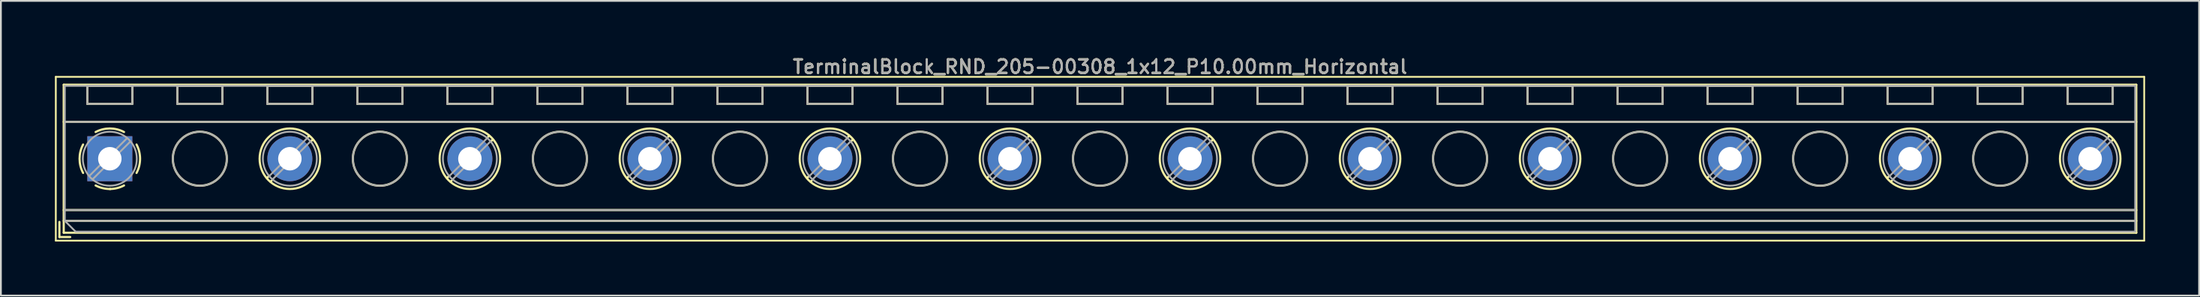
<source format=kicad_pcb>
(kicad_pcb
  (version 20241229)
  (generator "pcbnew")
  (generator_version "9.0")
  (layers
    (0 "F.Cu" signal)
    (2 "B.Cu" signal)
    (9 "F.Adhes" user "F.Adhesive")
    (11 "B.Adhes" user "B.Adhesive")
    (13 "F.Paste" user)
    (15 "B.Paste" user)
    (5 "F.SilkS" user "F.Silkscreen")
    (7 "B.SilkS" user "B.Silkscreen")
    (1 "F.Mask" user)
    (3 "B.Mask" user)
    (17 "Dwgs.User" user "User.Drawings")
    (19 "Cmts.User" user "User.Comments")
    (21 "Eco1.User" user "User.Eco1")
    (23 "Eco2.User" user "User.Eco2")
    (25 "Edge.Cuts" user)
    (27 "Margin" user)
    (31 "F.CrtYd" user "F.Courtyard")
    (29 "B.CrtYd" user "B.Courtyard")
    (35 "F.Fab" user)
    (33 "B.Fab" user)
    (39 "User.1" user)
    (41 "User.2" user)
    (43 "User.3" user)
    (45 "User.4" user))
  (footprint "TerminalBlock_RND_205-00308_1x12_P10.00mm_Horizontal"
    (layer "F.Cu")
    (at 3.05 5.768)
    (property "Reference" "TerminalBlock_RND_205-00308_1x12_P10.00mm_Horizontal" (at 55 -5.11 0) (layer "F.SilkS") (effects (font (size 0.75 0.75) (thickness 0.125))))
    (attr through_hole)
    (fp_line (start -3 -4.55) (end -3 4.55) (stroke (width 0.1) (type solid)) (layer "F.SilkS"))
    (fp_line (start -3 4.55) (end 113 4.55) (stroke (width 0.1) (type solid)) (layer "F.SilkS"))
    (fp_line (start -2.8 3.51) (end -2.8 4.35) (stroke (width 0.12) (type solid)) (layer "F.SilkS"))
    (fp_line (start -2.8 4.35) (end -2.2 4.35) (stroke (width 0.12) (type solid)) (layer "F.SilkS"))
    (fp_line (start -2.56 -4.11) (end -2.56 4.11) (stroke (width 0.12) (type solid)) (layer "F.SilkS"))
    (fp_line (start -2.56 -4.11) (end 112.56 -4.11) (stroke (width 0.12) (type solid)) (layer "F.SilkS"))
    (fp_line (start -2.56 -2.05) (end 112.56 -2.05) (stroke (width 0.12) (type solid)) (layer "F.SilkS"))
    (fp_line (start -2.56 2.85) (end 112.56 2.85) (stroke (width 0.12) (type solid)) (layer "F.SilkS"))
    (fp_line (start -2.56 3.45) (end 112.56 3.45) (stroke (width 0.12) (type solid)) (layer "F.SilkS"))
    (fp_line (start -2.56 4.11) (end 112.56 4.11) (stroke (width 0.12) (type solid)) (layer "F.SilkS"))
    (fp_line (start -1.25 -4.05) (end -1.25 -3.05) (stroke (width 0.12) (type solid)) (layer "F.SilkS"))
    (fp_line (start -1.25 -4.05) (end 1.25 -4.05) (stroke (width 0.12) (type solid)) (layer "F.SilkS"))
    (fp_line (start -1.25 -3.05) (end 1.25 -3.05) (stroke (width 0.12) (type solid)) (layer "F.SilkS"))
    (fp_line (start 1.25 -4.05) (end 1.25 -3.05) (stroke (width 0.12) (type solid)) (layer "F.SilkS"))
    (fp_line (start 3.75 -4.05) (end 3.75 -3.05) (stroke (width 0.12) (type solid)) (layer "F.SilkS"))
    (fp_line (start 3.75 -4.05) (end 6.25 -4.05) (stroke (width 0.12) (type solid)) (layer "F.SilkS"))
    (fp_line (start 3.75 -3.05) (end 6.25 -3.05) (stroke (width 0.12) (type solid)) (layer "F.SilkS"))
    (fp_line (start 6.25 -4.05) (end 6.25 -3.05) (stroke (width 0.12) (type solid)) (layer "F.SilkS"))
    (fp_line (start 8.75 -4.05) (end 8.75 -3.05) (stroke (width 0.12) (type solid)) (layer "F.SilkS"))
    (fp_line (start 8.75 -4.05) (end 11.25 -4.05) (stroke (width 0.12) (type solid)) (layer "F.SilkS"))
    (fp_line (start 8.75 -3.05) (end 11.25 -3.05) (stroke (width 0.12) (type solid)) (layer "F.SilkS"))
    (fp_line (start 8.82 0.976) (end 8.726 1.069) (stroke (width 0.12) (type solid)) (layer "F.SilkS"))
    (fp_line (start 8.99 1.216) (end 8.931 1.274) (stroke (width 0.12) (type solid)) (layer "F.SilkS"))
    (fp_line (start 11.07 -1.275) (end 11.011 -1.216) (stroke (width 0.12) (type solid)) (layer "F.SilkS"))
    (fp_line (start 11.25 -4.05) (end 11.25 -3.05) (stroke (width 0.12) (type solid)) (layer "F.SilkS"))
    (fp_line (start 11.275 -1.069) (end 11.181 -0.976) (stroke (width 0.12) (type solid)) (layer "F.SilkS"))
    (fp_line (start 13.75 -4.05) (end 13.75 -3.05) (stroke (width 0.12) (type solid)) (layer "F.SilkS"))
    (fp_line (start 13.75 -4.05) (end 16.25 -4.05) (stroke (width 0.12) (type solid)) (layer "F.SilkS"))
    (fp_line (start 13.75 -3.05) (end 16.25 -3.05) (stroke (width 0.12) (type solid)) (layer "F.SilkS"))
    (fp_line (start 16.25 -4.05) (end 16.25 -3.05) (stroke (width 0.12) (type solid)) (layer "F.SilkS"))
    (fp_line (start 18.75 -4.05) (end 18.75 -3.05) (stroke (width 0.12) (type solid)) (layer "F.SilkS"))
    (fp_line (start 18.75 -4.05) (end 21.25 -4.05) (stroke (width 0.12) (type solid)) (layer "F.SilkS"))
    (fp_line (start 18.75 -3.05) (end 21.25 -3.05) (stroke (width 0.12) (type solid)) (layer "F.SilkS"))
    (fp_line (start 18.82 0.976) (end 18.726 1.069) (stroke (width 0.12) (type solid)) (layer "F.SilkS"))
    (fp_line (start 18.99 1.216) (end 18.931 1.274) (stroke (width 0.12) (type solid)) (layer "F.SilkS"))
    (fp_line (start 21.07 -1.275) (end 21.011 -1.216) (stroke (width 0.12) (type solid)) (layer "F.SilkS"))
    (fp_line (start 21.25 -4.05) (end 21.25 -3.05) (stroke (width 0.12) (type solid)) (layer "F.SilkS"))
    (fp_line (start 21.275 -1.069) (end 21.181 -0.976) (stroke (width 0.12) (type solid)) (layer "F.SilkS"))
    (fp_line (start 23.75 -4.05) (end 23.75 -3.05) (stroke (width 0.12) (type solid)) (layer "F.SilkS"))
    (fp_line (start 23.75 -4.05) (end 26.25 -4.05) (stroke (width 0.12) (type solid)) (layer "F.SilkS"))
    (fp_line (start 23.75 -3.05) (end 26.25 -3.05) (stroke (width 0.12) (type solid)) (layer "F.SilkS"))
    (fp_line (start 26.25 -4.05) (end 26.25 -3.05) (stroke (width 0.12) (type solid)) (layer "F.SilkS"))
    (fp_line (start 28.75 -4.05) (end 28.75 -3.05) (stroke (width 0.12) (type solid)) (layer "F.SilkS"))
    (fp_line (start 28.75 -4.05) (end 31.25 -4.05) (stroke (width 0.12) (type solid)) (layer "F.SilkS"))
    (fp_line (start 28.75 -3.05) (end 31.25 -3.05) (stroke (width 0.12) (type solid)) (layer "F.SilkS"))
    (fp_line (start 28.82 0.976) (end 28.726 1.069) (stroke (width 0.12) (type solid)) (layer "F.SilkS"))
    (fp_line (start 28.99 1.216) (end 28.931 1.274) (stroke (width 0.12) (type solid)) (layer "F.SilkS"))
    (fp_line (start 31.07 -1.275) (end 31.011 -1.216) (stroke (width 0.12) (type solid)) (layer "F.SilkS"))
    (fp_line (start 31.25 -4.05) (end 31.25 -3.05) (stroke (width 0.12) (type solid)) (layer "F.SilkS"))
    (fp_line (start 31.275 -1.069) (end 31.181 -0.976) (stroke (width 0.12) (type solid)) (layer "F.SilkS"))
    (fp_line (start 33.75 -4.05) (end 33.75 -3.05) (stroke (width 0.12) (type solid)) (layer "F.SilkS"))
    (fp_line (start 33.75 -4.05) (end 36.25 -4.05) (stroke (width 0.12) (type solid)) (layer "F.SilkS"))
    (fp_line (start 33.75 -3.05) (end 36.25 -3.05) (stroke (width 0.12) (type solid)) (layer "F.SilkS"))
    (fp_line (start 36.25 -4.05) (end 36.25 -3.05) (stroke (width 0.12) (type solid)) (layer "F.SilkS"))
    (fp_line (start 38.75 -4.05) (end 38.75 -3.05) (stroke (width 0.12) (type solid)) (layer "F.SilkS"))
    (fp_line (start 38.75 -4.05) (end 41.25 -4.05) (stroke (width 0.12) (type solid)) (layer "F.SilkS"))
    (fp_line (start 38.75 -3.05) (end 41.25 -3.05) (stroke (width 0.12) (type solid)) (layer "F.SilkS"))
    (fp_line (start 38.82 0.976) (end 38.726 1.069) (stroke (width 0.12) (type solid)) (layer "F.SilkS"))
    (fp_line (start 38.99 1.216) (end 38.931 1.274) (stroke (width 0.12) (type solid)) (layer "F.SilkS"))
    (fp_line (start 41.07 -1.275) (end 41.011 -1.216) (stroke (width 0.12) (type solid)) (layer "F.SilkS"))
    (fp_line (start 41.25 -4.05) (end 41.25 -3.05) (stroke (width 0.12) (type solid)) (layer "F.SilkS"))
    (fp_line (start 41.275 -1.069) (end 41.181 -0.976) (stroke (width 0.12) (type solid)) (layer "F.SilkS"))
    (fp_line (start 43.75 -4.05) (end 43.75 -3.05) (stroke (width 0.12) (type solid)) (layer "F.SilkS"))
    (fp_line (start 43.75 -4.05) (end 46.25 -4.05) (stroke (width 0.12) (type solid)) (layer "F.SilkS"))
    (fp_line (start 43.75 -3.05) (end 46.25 -3.05) (stroke (width 0.12) (type solid)) (layer "F.SilkS"))
    (fp_line (start 46.25 -4.05) (end 46.25 -3.05) (stroke (width 0.12) (type solid)) (layer "F.SilkS"))
    (fp_line (start 48.75 -4.05) (end 48.75 -3.05) (stroke (width 0.12) (type solid)) (layer "F.SilkS"))
    (fp_line (start 48.75 -4.05) (end 51.25 -4.05) (stroke (width 0.12) (type solid)) (layer "F.SilkS"))
    (fp_line (start 48.75 -3.05) (end 51.25 -3.05) (stroke (width 0.12) (type solid)) (layer "F.SilkS"))
    (fp_line (start 48.82 0.976) (end 48.726 1.069) (stroke (width 0.12) (type solid)) (layer "F.SilkS"))
    (fp_line (start 48.99 1.216) (end 48.931 1.274) (stroke (width 0.12) (type solid)) (layer "F.SilkS"))
    (fp_line (start 51.07 -1.275) (end 51.011 -1.216) (stroke (width 0.12) (type solid)) (layer "F.SilkS"))
    (fp_line (start 51.25 -4.05) (end 51.25 -3.05) (stroke (width 0.12) (type solid)) (layer "F.SilkS"))
    (fp_line (start 51.275 -1.069) (end 51.181 -0.976) (stroke (width 0.12) (type solid)) (layer "F.SilkS"))
    (fp_line (start 53.75 -4.05) (end 53.75 -3.05) (stroke (width 0.12) (type solid)) (layer "F.SilkS"))
    (fp_line (start 53.75 -4.05) (end 56.25 -4.05) (stroke (width 0.12) (type solid)) (layer "F.SilkS"))
    (fp_line (start 53.75 -3.05) (end 56.25 -3.05) (stroke (width 0.12) (type solid)) (layer "F.SilkS"))
    (fp_line (start 56.25 -4.05) (end 56.25 -3.05) (stroke (width 0.12) (type solid)) (layer "F.SilkS"))
    (fp_line (start 58.75 -4.05) (end 58.75 -3.05) (stroke (width 0.12) (type solid)) (layer "F.SilkS"))
    (fp_line (start 58.75 -4.05) (end 61.25 -4.05) (stroke (width 0.12) (type solid)) (layer "F.SilkS"))
    (fp_line (start 58.75 -3.05) (end 61.25 -3.05) (stroke (width 0.12) (type solid)) (layer "F.SilkS"))
    (fp_line (start 58.82 0.976) (end 58.726 1.069) (stroke (width 0.12) (type solid)) (layer "F.SilkS"))
    (fp_line (start 58.99 1.216) (end 58.931 1.274) (stroke (width 0.12) (type solid)) (layer "F.SilkS"))
    (fp_line (start 61.07 -1.275) (end 61.011 -1.216) (stroke (width 0.12) (type solid)) (layer "F.SilkS"))
    (fp_line (start 61.25 -4.05) (end 61.25 -3.05) (stroke (width 0.12) (type solid)) (layer "F.SilkS"))
    (fp_line (start 61.275 -1.069) (end 61.181 -0.976) (stroke (width 0.12) (type solid)) (layer "F.SilkS"))
    (fp_line (start 63.75 -4.05) (end 63.75 -3.05) (stroke (width 0.12) (type solid)) (layer "F.SilkS"))
    (fp_line (start 63.75 -4.05) (end 66.25 -4.05) (stroke (width 0.12) (type solid)) (layer "F.SilkS"))
    (fp_line (start 63.75 -3.05) (end 66.25 -3.05) (stroke (width 0.12) (type solid)) (layer "F.SilkS"))
    (fp_line (start 66.25 -4.05) (end 66.25 -3.05) (stroke (width 0.12) (type solid)) (layer "F.SilkS"))
    (fp_line (start 68.75 -4.05) (end 68.75 -3.05) (stroke (width 0.12) (type solid)) (layer "F.SilkS"))
    (fp_line (start 68.75 -4.05) (end 71.25 -4.05) (stroke (width 0.12) (type solid)) (layer "F.SilkS"))
    (fp_line (start 68.75 -3.05) (end 71.25 -3.05) (stroke (width 0.12) (type solid)) (layer "F.SilkS"))
    (fp_line (start 68.82 0.976) (end 68.726 1.069) (stroke (width 0.12) (type solid)) (layer "F.SilkS"))
    (fp_line (start 68.99 1.216) (end 68.931 1.274) (stroke (width 0.12) (type solid)) (layer "F.SilkS"))
    (fp_line (start 71.07 -1.275) (end 71.011 -1.216) (stroke (width 0.12) (type solid)) (layer "F.SilkS"))
    (fp_line (start 71.25 -4.05) (end 71.25 -3.05) (stroke (width 0.12) (type solid)) (layer "F.SilkS"))
    (fp_line (start 71.275 -1.069) (end 71.181 -0.976) (stroke (width 0.12) (type solid)) (layer "F.SilkS"))
    (fp_line (start 73.75 -4.05) (end 73.75 -3.05) (stroke (width 0.12) (type solid)) (layer "F.SilkS"))
    (fp_line (start 73.75 -4.05) (end 76.25 -4.05) (stroke (width 0.12) (type solid)) (layer "F.SilkS"))
    (fp_line (start 73.75 -3.05) (end 76.25 -3.05) (stroke (width 0.12) (type solid)) (layer "F.SilkS"))
    (fp_line (start 76.25 -4.05) (end 76.25 -3.05) (stroke (width 0.12) (type solid)) (layer "F.SilkS"))
    (fp_line (start 78.75 -4.05) (end 78.75 -3.05) (stroke (width 0.12) (type solid)) (layer "F.SilkS"))
    (fp_line (start 78.75 -4.05) (end 81.25 -4.05) (stroke (width 0.12) (type solid)) (layer "F.SilkS"))
    (fp_line (start 78.75 -3.05) (end 81.25 -3.05) (stroke (width 0.12) (type solid)) (layer "F.SilkS"))
    (fp_line (start 78.82 0.976) (end 78.726 1.069) (stroke (width 0.12) (type solid)) (layer "F.SilkS"))
    (fp_line (start 78.99 1.216) (end 78.931 1.274) (stroke (width 0.12) (type solid)) (layer "F.SilkS"))
    (fp_line (start 81.07 -1.275) (end 81.011 -1.216) (stroke (width 0.12) (type solid)) (layer "F.SilkS"))
    (fp_line (start 81.25 -4.05) (end 81.25 -3.05) (stroke (width 0.12) (type solid)) (layer "F.SilkS"))
    (fp_line (start 81.275 -1.069) (end 81.181 -0.976) (stroke (width 0.12) (type solid)) (layer "F.SilkS"))
    (fp_line (start 83.75 -4.05) (end 83.75 -3.05) (stroke (width 0.12) (type solid)) (layer "F.SilkS"))
    (fp_line (start 83.75 -4.05) (end 86.25 -4.05) (stroke (width 0.12) (type solid)) (layer "F.SilkS"))
    (fp_line (start 83.75 -3.05) (end 86.25 -3.05) (stroke (width 0.12) (type solid)) (layer "F.SilkS"))
    (fp_line (start 86.25 -4.05) (end 86.25 -3.05) (stroke (width 0.12) (type solid)) (layer "F.SilkS"))
    (fp_line (start 88.75 -4.05) (end 88.75 -3.05) (stroke (width 0.12) (type solid)) (layer "F.SilkS"))
    (fp_line (start 88.75 -4.05) (end 91.25 -4.05) (stroke (width 0.12) (type solid)) (layer "F.SilkS"))
    (fp_line (start 88.75 -3.05) (end 91.25 -3.05) (stroke (width 0.12) (type solid)) (layer "F.SilkS"))
    (fp_line (start 88.82 0.976) (end 88.726 1.069) (stroke (width 0.12) (type solid)) (layer "F.SilkS"))
    (fp_line (start 88.99 1.216) (end 88.931 1.274) (stroke (width 0.12) (type solid)) (layer "F.SilkS"))
    (fp_line (start 91.07 -1.275) (end 91.011 -1.216) (stroke (width 0.12) (type solid)) (layer "F.SilkS"))
    (fp_line (start 91.25 -4.05) (end 91.25 -3.05) (stroke (width 0.12) (type solid)) (layer "F.SilkS"))
    (fp_line (start 91.275 -1.069) (end 91.181 -0.976) (stroke (width 0.12) (type solid)) (layer "F.SilkS"))
    (fp_line (start 93.75 -4.05) (end 93.75 -3.05) (stroke (width 0.12) (type solid)) (layer "F.SilkS"))
    (fp_line (start 93.75 -4.05) (end 96.25 -4.05) (stroke (width 0.12) (type solid)) (layer "F.SilkS"))
    (fp_line (start 93.75 -3.05) (end 96.25 -3.05) (stroke (width 0.12) (type solid)) (layer "F.SilkS"))
    (fp_line (start 96.25 -4.05) (end 96.25 -3.05) (stroke (width 0.12) (type solid)) (layer "F.SilkS"))
    (fp_line (start 98.75 -4.05) (end 98.75 -3.05) (stroke (width 0.12) (type solid)) (layer "F.SilkS"))
    (fp_line (start 98.75 -4.05) (end 101.25 -4.05) (stroke (width 0.12) (type solid)) (layer "F.SilkS"))
    (fp_line (start 98.75 -3.05) (end 101.25 -3.05) (stroke (width 0.12) (type solid)) (layer "F.SilkS"))
    (fp_line (start 98.82 0.976) (end 98.726 1.069) (stroke (width 0.12) (type solid)) (layer "F.SilkS"))
    (fp_line (start 98.99 1.216) (end 98.931 1.274) (stroke (width 0.12) (type solid)) (layer "F.SilkS"))
    (fp_line (start 101.07 -1.275) (end 101.011 -1.216) (stroke (width 0.12) (type solid)) (layer "F.SilkS"))
    (fp_line (start 101.25 -4.05) (end 101.25 -3.05) (stroke (width 0.12) (type solid)) (layer "F.SilkS"))
    (fp_line (start 101.275 -1.069) (end 101.181 -0.976) (stroke (width 0.12) (type solid)) (layer "F.SilkS"))
    (fp_line (start 103.75 -4.05) (end 103.75 -3.05) (stroke (width 0.12) (type solid)) (layer "F.SilkS"))
    (fp_line (start 103.75 -4.05) (end 106.25 -4.05) (stroke (width 0.12) (type solid)) (layer "F.SilkS"))
    (fp_line (start 103.75 -3.05) (end 106.25 -3.05) (stroke (width 0.12) (type solid)) (layer "F.SilkS"))
    (fp_line (start 106.25 -4.05) (end 106.25 -3.05) (stroke (width 0.12) (type solid)) (layer "F.SilkS"))
    (fp_line (start 108.75 -4.05) (end 108.75 -3.05) (stroke (width 0.12) (type solid)) (layer "F.SilkS"))
    (fp_line (start 108.75 -4.05) (end 111.25 -4.05) (stroke (width 0.12) (type solid)) (layer "F.SilkS"))
    (fp_line (start 108.75 -3.05) (end 111.25 -3.05) (stroke (width 0.12) (type solid)) (layer "F.SilkS"))
    (fp_line (start 108.82 0.976) (end 108.726 1.069) (stroke (width 0.12) (type solid)) (layer "F.SilkS"))
    (fp_line (start 108.99 1.216) (end 108.931 1.274) (stroke (width 0.12) (type solid)) (layer "F.SilkS"))
    (fp_line (start 111.07 -1.275) (end 111.011 -1.216) (stroke (width 0.12) (type solid)) (layer "F.SilkS"))
    (fp_line (start 111.25 -4.05) (end 111.25 -3.05) (stroke (width 0.12) (type solid)) (layer "F.SilkS"))
    (fp_line (start 111.275 -1.069) (end 111.181 -0.976) (stroke (width 0.12) (type solid)) (layer "F.SilkS"))
    (fp_line (start 112.56 -4.11) (end 112.56 4.11) (stroke (width 0.12) (type solid)) (layer "F.SilkS"))
    (fp_line (start 113 -4.55) (end -3 -4.55) (stroke (width 0.1) (type solid)) (layer "F.SilkS"))
    (fp_line (start 113 4.55) (end 113 -4.55) (stroke (width 0.1) (type solid)) (layer "F.SilkS"))
    (fp_arc (start -1.483953 0.789089) (mid -1.680708 0.00005) (end -1.484 -0.789) (stroke (width 0.12) (type solid)) (layer "F.SilkS"))
    (fp_arc (start -0.789089 -1.483953) (mid -0.00005 -1.680708) (end 0.789 -1.484) (stroke (width 0.12) (type solid)) (layer "F.SilkS"))
    (fp_arc (start 0.029383 1.68045) (mid -0.392304 1.634281) (end -0.789 1.484) (stroke (width 0.12) (type solid)) (layer "F.SilkS"))
    (fp_arc (start 0.788712 1.483352) (mid 0.406429 1.630097) (end 0 1.68) (stroke (width 0.12) (type solid)) (layer "F.SilkS"))
    (fp_arc (start 1.483953 -0.789089) (mid 1.680708 -0.00005) (end 1.484 0.789) (stroke (width 0.12) (type solid)) (layer "F.SilkS"))
    (fp_circle (center 5 0) (end 6.5 0) (stroke (width 0.12) (type solid)) (fill no) (layer "F.SilkS"))
    (fp_circle (center 10 0) (end 11.68 0) (stroke (width 0.12) (type solid)) (fill no) (layer "F.SilkS"))
    (fp_circle (center 15 0) (end 16.5 0) (stroke (width 0.12) (type solid)) (fill no) (layer "F.SilkS"))
    (fp_circle (center 20 0) (end 21.68 0) (stroke (width 0.12) (type solid)) (fill no) (layer "F.SilkS"))
    (fp_circle (center 25 0) (end 26.5 0) (stroke (width 0.12) (type solid)) (fill no) (layer "F.SilkS"))
    (fp_circle (center 30 0) (end 31.68 0) (stroke (width 0.12) (type solid)) (fill no) (layer "F.SilkS"))
    (fp_circle (center 35 0) (end 36.5 0) (stroke (width 0.12) (type solid)) (fill no) (layer "F.SilkS"))
    (fp_circle (center 40 0) (end 41.68 0) (stroke (width 0.12) (type solid)) (fill no) (layer "F.SilkS"))
    (fp_circle (center 45 0) (end 46.5 0) (stroke (width 0.12) (type solid)) (fill no) (layer "F.SilkS"))
    (fp_circle (center 50 0) (end 51.68 0) (stroke (width 0.12) (type solid)) (fill no) (layer "F.SilkS"))
    (fp_circle (center 55 0) (end 56.5 0) (stroke (width 0.12) (type solid)) (fill no) (layer "F.SilkS"))
    (fp_circle (center 60 0) (end 61.68 0) (stroke (width 0.12) (type solid)) (fill no) (layer "F.SilkS"))
    (fp_circle (center 65 0) (end 66.5 0) (stroke (width 0.12) (type solid)) (fill no) (layer "F.SilkS"))
    (fp_circle (center 70 0) (end 71.68 0) (stroke (width 0.12) (type solid)) (fill no) (layer "F.SilkS"))
    (fp_circle (center 75 0) (end 76.5 0) (stroke (width 0.12) (type solid)) (fill no) (layer "F.SilkS"))
    (fp_circle (center 80 0) (end 81.68 0) (stroke (width 0.12) (type solid)) (fill no) (layer "F.SilkS"))
    (fp_circle (center 85 0) (end 86.5 0) (stroke (width 0.12) (type solid)) (fill no) (layer "F.SilkS"))
    (fp_circle (center 90 0) (end 91.68 0) (stroke (width 0.12) (type solid)) (fill no) (layer "F.SilkS"))
    (fp_circle (center 95 0) (end 96.5 0) (stroke (width 0.12) (type solid)) (fill no) (layer "F.SilkS"))
    (fp_circle (center 100 0) (end 101.68 0) (stroke (width 0.12) (type solid)) (fill no) (layer "F.SilkS"))
    (fp_circle (center 105 0) (end 106.5 0) (stroke (width 0.12) (type solid)) (fill no) (layer "F.SilkS"))
    (fp_circle (center 110 0) (end 111.68 0) (stroke (width 0.12) (type solid)) (fill no) (layer "F.SilkS"))
    (fp_line (start -2.5 -4.05) (end 112.5 -4.05) (stroke (width 0.1) (type solid)) (layer "F.Fab"))
    (fp_line (start -2.5 -2.05) (end 112.5 -2.05) (stroke (width 0.1) (type solid)) (layer "F.Fab"))
    (fp_line (start -2.5 2.85) (end 112.5 2.85) (stroke (width 0.1) (type solid)) (layer "F.Fab"))
    (fp_line (start -2.5 3.45) (end -2.5 -4.05) (stroke (width 0.1) (type solid)) (layer "F.Fab"))
    (fp_line (start -2.5 3.45) (end 112.5 3.45) (stroke (width 0.1) (type solid)) (layer "F.Fab"))
    (fp_line (start -1.9 4.05) (end -2.5 3.45) (stroke (width 0.1) (type solid)) (layer "F.Fab"))
    (fp_line (start -1.25 -4.05) (end -1.25 -3.05) (stroke (width 0.1) (type solid)) (layer "F.Fab"))
    (fp_line (start -1.25 -3.05) (end 1.25 -3.05) (stroke (width 0.1) (type solid)) (layer "F.Fab"))
    (fp_line (start 0.955 -1.138) (end -1.138 0.955) (stroke (width 0.1) (type solid)) (layer "F.Fab"))
    (fp_line (start 1.138 -0.955) (end -0.955 1.138) (stroke (width 0.1) (type solid)) (layer "F.Fab"))
    (fp_line (start 1.25 -4.05) (end -1.25 -4.05) (stroke (width 0.1) (type solid)) (layer "F.Fab"))
    (fp_line (start 1.25 -3.05) (end 1.25 -4.05) (stroke (width 0.1) (type solid)) (layer "F.Fab"))
    (fp_line (start 3.75 -4.05) (end 3.75 -3.05) (stroke (width 0.1) (type solid)) (layer "F.Fab"))
    (fp_line (start 3.75 -3.05) (end 6.25 -3.05) (stroke (width 0.1) (type solid)) (layer "F.Fab"))
    (fp_line (start 6.25 -4.05) (end 3.75 -4.05) (stroke (width 0.1) (type solid)) (layer "F.Fab"))
    (fp_line (start 6.25 -3.05) (end 6.25 -4.05) (stroke (width 0.1) (type solid)) (layer "F.Fab"))
    (fp_line (start 8.75 -4.05) (end 8.75 -3.05) (stroke (width 0.1) (type solid)) (layer "F.Fab"))
    (fp_line (start 8.75 -3.05) (end 11.25 -3.05) (stroke (width 0.1) (type solid)) (layer "F.Fab"))
    (fp_line (start 10.955 -1.138) (end 8.863 0.955) (stroke (width 0.1) (type solid)) (layer "F.Fab"))
    (fp_line (start 11.138 -0.955) (end 9.046 1.138) (stroke (width 0.1) (type solid)) (layer "F.Fab"))
    (fp_line (start 11.25 -4.05) (end 8.75 -4.05) (stroke (width 0.1) (type solid)) (layer "F.Fab"))
    (fp_line (start 11.25 -3.05) (end 11.25 -4.05) (stroke (width 0.1) (type solid)) (layer "F.Fab"))
    (fp_line (start 13.75 -4.05) (end 13.75 -3.05) (stroke (width 0.1) (type solid)) (layer "F.Fab"))
    (fp_line (start 13.75 -3.05) (end 16.25 -3.05) (stroke (width 0.1) (type solid)) (layer "F.Fab"))
    (fp_line (start 16.25 -4.05) (end 13.75 -4.05) (stroke (width 0.1) (type solid)) (layer "F.Fab"))
    (fp_line (start 16.25 -3.05) (end 16.25 -4.05) (stroke (width 0.1) (type solid)) (layer "F.Fab"))
    (fp_line (start 18.75 -4.05) (end 18.75 -3.05) (stroke (width 0.1) (type solid)) (layer "F.Fab"))
    (fp_line (start 18.75 -3.05) (end 21.25 -3.05) (stroke (width 0.1) (type solid)) (layer "F.Fab"))
    (fp_line (start 20.955 -1.138) (end 18.863 0.955) (stroke (width 0.1) (type solid)) (layer "F.Fab"))
    (fp_line (start 21.138 -0.955) (end 19.046 1.138) (stroke (width 0.1) (type solid)) (layer "F.Fab"))
    (fp_line (start 21.25 -4.05) (end 18.75 -4.05) (stroke (width 0.1) (type solid)) (layer "F.Fab"))
    (fp_line (start 21.25 -3.05) (end 21.25 -4.05) (stroke (width 0.1) (type solid)) (layer "F.Fab"))
    (fp_line (start 23.75 -4.05) (end 23.75 -3.05) (stroke (width 0.1) (type solid)) (layer "F.Fab"))
    (fp_line (start 23.75 -3.05) (end 26.25 -3.05) (stroke (width 0.1) (type solid)) (layer "F.Fab"))
    (fp_line (start 26.25 -4.05) (end 23.75 -4.05) (stroke (width 0.1) (type solid)) (layer "F.Fab"))
    (fp_line (start 26.25 -3.05) (end 26.25 -4.05) (stroke (width 0.1) (type solid)) (layer "F.Fab"))
    (fp_line (start 28.75 -4.05) (end 28.75 -3.05) (stroke (width 0.1) (type solid)) (layer "F.Fab"))
    (fp_line (start 28.75 -3.05) (end 31.25 -3.05) (stroke (width 0.1) (type solid)) (layer "F.Fab"))
    (fp_line (start 30.955 -1.138) (end 28.863 0.955) (stroke (width 0.1) (type solid)) (layer "F.Fab"))
    (fp_line (start 31.138 -0.955) (end 29.046 1.138) (stroke (width 0.1) (type solid)) (layer "F.Fab"))
    (fp_line (start 31.25 -4.05) (end 28.75 -4.05) (stroke (width 0.1) (type solid)) (layer "F.Fab"))
    (fp_line (start 31.25 -3.05) (end 31.25 -4.05) (stroke (width 0.1) (type solid)) (layer "F.Fab"))
    (fp_line (start 33.75 -4.05) (end 33.75 -3.05) (stroke (width 0.1) (type solid)) (layer "F.Fab"))
    (fp_line (start 33.75 -3.05) (end 36.25 -3.05) (stroke (width 0.1) (type solid)) (layer "F.Fab"))
    (fp_line (start 36.25 -4.05) (end 33.75 -4.05) (stroke (width 0.1) (type solid)) (layer "F.Fab"))
    (fp_line (start 36.25 -3.05) (end 36.25 -4.05) (stroke (width 0.1) (type solid)) (layer "F.Fab"))
    (fp_line (start 38.75 -4.05) (end 38.75 -3.05) (stroke (width 0.1) (type solid)) (layer "F.Fab"))
    (fp_line (start 38.75 -3.05) (end 41.25 -3.05) (stroke (width 0.1) (type solid)) (layer "F.Fab"))
    (fp_line (start 40.955 -1.138) (end 38.863 0.955) (stroke (width 0.1) (type solid)) (layer "F.Fab"))
    (fp_line (start 41.138 -0.955) (end 39.046 1.138) (stroke (width 0.1) (type solid)) (layer "F.Fab"))
    (fp_line (start 41.25 -4.05) (end 38.75 -4.05) (stroke (width 0.1) (type solid)) (layer "F.Fab"))
    (fp_line (start 41.25 -3.05) (end 41.25 -4.05) (stroke (width 0.1) (type solid)) (layer "F.Fab"))
    (fp_line (start 43.75 -4.05) (end 43.75 -3.05) (stroke (width 0.1) (type solid)) (layer "F.Fab"))
    (fp_line (start 43.75 -3.05) (end 46.25 -3.05) (stroke (width 0.1) (type solid)) (layer "F.Fab"))
    (fp_line (start 46.25 -4.05) (end 43.75 -4.05) (stroke (width 0.1) (type solid)) (layer "F.Fab"))
    (fp_line (start 46.25 -3.05) (end 46.25 -4.05) (stroke (width 0.1) (type solid)) (layer "F.Fab"))
    (fp_line (start 48.75 -4.05) (end 48.75 -3.05) (stroke (width 0.1) (type solid)) (layer "F.Fab"))
    (fp_line (start 48.75 -3.05) (end 51.25 -3.05) (stroke (width 0.1) (type solid)) (layer "F.Fab"))
    (fp_line (start 50.955 -1.138) (end 48.863 0.955) (stroke (width 0.1) (type solid)) (layer "F.Fab"))
    (fp_line (start 51.138 -0.955) (end 49.046 1.138) (stroke (width 0.1) (type solid)) (layer "F.Fab"))
    (fp_line (start 51.25 -4.05) (end 48.75 -4.05) (stroke (width 0.1) (type solid)) (layer "F.Fab"))
    (fp_line (start 51.25 -3.05) (end 51.25 -4.05) (stroke (width 0.1) (type solid)) (layer "F.Fab"))
    (fp_line (start 53.75 -4.05) (end 53.75 -3.05) (stroke (width 0.1) (type solid)) (layer "F.Fab"))
    (fp_line (start 53.75 -3.05) (end 56.25 -3.05) (stroke (width 0.1) (type solid)) (layer "F.Fab"))
    (fp_line (start 56.25 -4.05) (end 53.75 -4.05) (stroke (width 0.1) (type solid)) (layer "F.Fab"))
    (fp_line (start 56.25 -3.05) (end 56.25 -4.05) (stroke (width 0.1) (type solid)) (layer "F.Fab"))
    (fp_line (start 58.75 -4.05) (end 58.75 -3.05) (stroke (width 0.1) (type solid)) (layer "F.Fab"))
    (fp_line (start 58.75 -3.05) (end 61.25 -3.05) (stroke (width 0.1) (type solid)) (layer "F.Fab"))
    (fp_line (start 60.955 -1.138) (end 58.863 0.955) (stroke (width 0.1) (type solid)) (layer "F.Fab"))
    (fp_line (start 61.138 -0.955) (end 59.046 1.138) (stroke (width 0.1) (type solid)) (layer "F.Fab"))
    (fp_line (start 61.25 -4.05) (end 58.75 -4.05) (stroke (width 0.1) (type solid)) (layer "F.Fab"))
    (fp_line (start 61.25 -3.05) (end 61.25 -4.05) (stroke (width 0.1) (type solid)) (layer "F.Fab"))
    (fp_line (start 63.75 -4.05) (end 63.75 -3.05) (stroke (width 0.1) (type solid)) (layer "F.Fab"))
    (fp_line (start 63.75 -3.05) (end 66.25 -3.05) (stroke (width 0.1) (type solid)) (layer "F.Fab"))
    (fp_line (start 66.25 -4.05) (end 63.75 -4.05) (stroke (width 0.1) (type solid)) (layer "F.Fab"))
    (fp_line (start 66.25 -3.05) (end 66.25 -4.05) (stroke (width 0.1) (type solid)) (layer "F.Fab"))
    (fp_line (start 68.75 -4.05) (end 68.75 -3.05) (stroke (width 0.1) (type solid)) (layer "F.Fab"))
    (fp_line (start 68.75 -3.05) (end 71.25 -3.05) (stroke (width 0.1) (type solid)) (layer "F.Fab"))
    (fp_line (start 70.955 -1.138) (end 68.863 0.955) (stroke (width 0.1) (type solid)) (layer "F.Fab"))
    (fp_line (start 71.138 -0.955) (end 69.046 1.138) (stroke (width 0.1) (type solid)) (layer "F.Fab"))
    (fp_line (start 71.25 -4.05) (end 68.75 -4.05) (stroke (width 0.1) (type solid)) (layer "F.Fab"))
    (fp_line (start 71.25 -3.05) (end 71.25 -4.05) (stroke (width 0.1) (type solid)) (layer "F.Fab"))
    (fp_line (start 73.75 -4.05) (end 73.75 -3.05) (stroke (width 0.1) (type solid)) (layer "F.Fab"))
    (fp_line (start 73.75 -3.05) (end 76.25 -3.05) (stroke (width 0.1) (type solid)) (layer "F.Fab"))
    (fp_line (start 76.25 -4.05) (end 73.75 -4.05) (stroke (width 0.1) (type solid)) (layer "F.Fab"))
    (fp_line (start 76.25 -3.05) (end 76.25 -4.05) (stroke (width 0.1) (type solid)) (layer "F.Fab"))
    (fp_line (start 78.75 -4.05) (end 78.75 -3.05) (stroke (width 0.1) (type solid)) (layer "F.Fab"))
    (fp_line (start 78.75 -3.05) (end 81.25 -3.05) (stroke (width 0.1) (type solid)) (layer "F.Fab"))
    (fp_line (start 80.955 -1.138) (end 78.863 0.955) (stroke (width 0.1) (type solid)) (layer "F.Fab"))
    (fp_line (start 81.138 -0.955) (end 79.046 1.138) (stroke (width 0.1) (type solid)) (layer "F.Fab"))
    (fp_line (start 81.25 -4.05) (end 78.75 -4.05) (stroke (width 0.1) (type solid)) (layer "F.Fab"))
    (fp_line (start 81.25 -3.05) (end 81.25 -4.05) (stroke (width 0.1) (type solid)) (layer "F.Fab"))
    (fp_line (start 83.75 -4.05) (end 83.75 -3.05) (stroke (width 0.1) (type solid)) (layer "F.Fab"))
    (fp_line (start 83.75 -3.05) (end 86.25 -3.05) (stroke (width 0.1) (type solid)) (layer "F.Fab"))
    (fp_line (start 86.25 -4.05) (end 83.75 -4.05) (stroke (width 0.1) (type solid)) (layer "F.Fab"))
    (fp_line (start 86.25 -3.05) (end 86.25 -4.05) (stroke (width 0.1) (type solid)) (layer "F.Fab"))
    (fp_line (start 88.75 -4.05) (end 88.75 -3.05) (stroke (width 0.1) (type solid)) (layer "F.Fab"))
    (fp_line (start 88.75 -3.05) (end 91.25 -3.05) (stroke (width 0.1) (type solid)) (layer "F.Fab"))
    (fp_line (start 90.955 -1.138) (end 88.863 0.955) (stroke (width 0.1) (type solid)) (layer "F.Fab"))
    (fp_line (start 91.138 -0.955) (end 89.046 1.138) (stroke (width 0.1) (type solid)) (layer "F.Fab"))
    (fp_line (start 91.25 -4.05) (end 88.75 -4.05) (stroke (width 0.1) (type solid)) (layer "F.Fab"))
    (fp_line (start 91.25 -3.05) (end 91.25 -4.05) (stroke (width 0.1) (type solid)) (layer "F.Fab"))
    (fp_line (start 93.75 -4.05) (end 93.75 -3.05) (stroke (width 0.1) (type solid)) (layer "F.Fab"))
    (fp_line (start 93.75 -3.05) (end 96.25 -3.05) (stroke (width 0.1) (type solid)) (layer "F.Fab"))
    (fp_line (start 96.25 -4.05) (end 93.75 -4.05) (stroke (width 0.1) (type solid)) (layer "F.Fab"))
    (fp_line (start 96.25 -3.05) (end 96.25 -4.05) (stroke (width 0.1) (type solid)) (layer "F.Fab"))
    (fp_line (start 98.75 -4.05) (end 98.75 -3.05) (stroke (width 0.1) (type solid)) (layer "F.Fab"))
    (fp_line (start 98.75 -3.05) (end 101.25 -3.05) (stroke (width 0.1) (type solid)) (layer "F.Fab"))
    (fp_line (start 100.955 -1.138) (end 98.863 0.955) (stroke (width 0.1) (type solid)) (layer "F.Fab"))
    (fp_line (start 101.138 -0.955) (end 99.046 1.138) (stroke (width 0.1) (type solid)) (layer "F.Fab"))
    (fp_line (start 101.25 -4.05) (end 98.75 -4.05) (stroke (width 0.1) (type solid)) (layer "F.Fab"))
    (fp_line (start 101.25 -3.05) (end 101.25 -4.05) (stroke (width 0.1) (type solid)) (layer "F.Fab"))
    (fp_line (start 103.75 -4.05) (end 103.75 -3.05) (stroke (width 0.1) (type solid)) (layer "F.Fab"))
    (fp_line (start 103.75 -3.05) (end 106.25 -3.05) (stroke (width 0.1) (type solid)) (layer "F.Fab"))
    (fp_line (start 106.25 -4.05) (end 103.75 -4.05) (stroke (width 0.1) (type solid)) (layer "F.Fab"))
    (fp_line (start 106.25 -3.05) (end 106.25 -4.05) (stroke (width 0.1) (type solid)) (layer "F.Fab"))
    (fp_line (start 108.75 -4.05) (end 108.75 -3.05) (stroke (width 0.1) (type solid)) (layer "F.Fab"))
    (fp_line (start 108.75 -3.05) (end 111.25 -3.05) (stroke (width 0.1) (type solid)) (layer "F.Fab"))
    (fp_line (start 110.955 -1.138) (end 108.863 0.955) (stroke (width 0.1) (type solid)) (layer "F.Fab"))
    (fp_line (start 111.138 -0.955) (end 109.046 1.138) (stroke (width 0.1) (type solid)) (layer "F.Fab"))
    (fp_line (start 111.25 -4.05) (end 108.75 -4.05) (stroke (width 0.1) (type solid)) (layer "F.Fab"))
    (fp_line (start 111.25 -3.05) (end 111.25 -4.05) (stroke (width 0.1) (type solid)) (layer "F.Fab"))
    (fp_line (start 112.5 -4.05) (end 112.5 4.05) (stroke (width 0.1) (type solid)) (layer "F.Fab"))
    (fp_line (start 112.5 4.05) (end -1.9 4.05) (stroke (width 0.1) (type solid)) (layer "F.Fab"))
    (fp_circle (center 0 0) (end 1.5 0) (stroke (width 0.1) (type solid)) (fill no) (layer "F.Fab"))
    (fp_circle (center 5 0) (end 6.5 0) (stroke (width 0.1) (type solid)) (fill no) (layer "F.Fab"))
    (fp_circle (center 10 0) (end 11.5 0) (stroke (width 0.1) (type solid)) (fill no) (layer "F.Fab"))
    (fp_circle (center 15 0) (end 16.5 0) (stroke (width 0.1) (type solid)) (fill no) (layer "F.Fab"))
    (fp_circle (center 20 0) (end 21.5 0) (stroke (width 0.1) (type solid)) (fill no) (layer "F.Fab"))
    (fp_circle (center 25 0) (end 26.5 0) (stroke (width 0.1) (type solid)) (fill no) (layer "F.Fab"))
    (fp_circle (center 30 0) (end 31.5 0) (stroke (width 0.1) (type solid)) (fill no) (layer "F.Fab"))
    (fp_circle (center 35 0) (end 36.5 0) (stroke (width 0.1) (type solid)) (fill no) (layer "F.Fab"))
    (fp_circle (center 40 0) (end 41.5 0) (stroke (width 0.1) (type solid)) (fill no) (layer "F.Fab"))
    (fp_circle (center 45 0) (end 46.5 0) (stroke (width 0.1) (type solid)) (fill no) (layer "F.Fab"))
    (fp_circle (center 50 0) (end 51.5 0) (stroke (width 0.1) (type solid)) (fill no) (layer "F.Fab"))
    (fp_circle (center 55 0) (end 56.5 0) (stroke (width 0.1) (type solid)) (fill no) (layer "F.Fab"))
    (fp_circle (center 60 0) (end 61.5 0) (stroke (width 0.1) (type solid)) (fill no) (layer "F.Fab"))
    (fp_circle (center 65 0) (end 66.5 0) (stroke (width 0.1) (type solid)) (fill no) (layer "F.Fab"))
    (fp_circle (center 70 0) (end 71.5 0) (stroke (width 0.1) (type solid)) (fill no) (layer "F.Fab"))
    (fp_circle (center 75 0) (end 76.5 0) (stroke (width 0.1) (type solid)) (fill no) (layer "F.Fab"))
    (fp_circle (center 80 0) (end 81.5 0) (stroke (width 0.1) (type solid)) (fill no) (layer "F.Fab"))
    (fp_circle (center 85 0) (end 86.5 0) (stroke (width 0.1) (type solid)) (fill no) (layer "F.Fab"))
    (fp_circle (center 90 0) (end 91.5 0) (stroke (width 0.1) (type solid)) (fill no) (layer "F.Fab"))
    (fp_circle (center 95 0) (end 96.5 0) (stroke (width 0.1) (type solid)) (fill no) (layer "F.Fab"))
    (fp_circle (center 100 0) (end 101.5 0) (stroke (width 0.1) (type solid)) (fill no) (layer "F.Fab"))
    (fp_circle (center 105 0) (end 106.5 0) (stroke (width 0.1) (type solid)) (fill no) (layer "F.Fab"))
    (fp_circle (center 110 0) (end 111.5 0) (stroke (width 0.1) (type solid)) (fill no) (layer "F.Fab"))
    (fp_text user "${REFERENCE}" (at 55 -5.11 0) (layer "F.Fab") (effects (font (size 0.75 0.75) (thickness 0.125))))
    (pad "1" thru_hole rect (at 0 0) (size 2.5 2.5) (drill 1.3) (layers "*.Cu" "*.Mask"))
    (pad "2" thru_hole circle (at 10 0) (size 2.5 2.5) (drill 1.3) (layers "*.Cu" "*.Mask"))
    (pad "3" thru_hole circle (at 20 0) (size 2.5 2.5) (drill 1.3) (layers "*.Cu" "*.Mask"))
    (pad "4" thru_hole circle (at 30 0) (size 2.5 2.5) (drill 1.3) (layers "*.Cu" "*.Mask"))
    (pad "5" thru_hole circle (at 40 0) (size 2.5 2.5) (drill 1.3) (layers "*.Cu" "*.Mask"))
    (pad "6" thru_hole circle (at 50 0) (size 2.5 2.5) (drill 1.3) (layers "*.Cu" "*.Mask"))
    (pad "7" thru_hole circle (at 60 0) (size 2.5 2.5) (drill 1.3) (layers "*.Cu" "*.Mask"))
    (pad "8" thru_hole circle (at 70 0) (size 2.5 2.5) (drill 1.3) (layers "*.Cu" "*.Mask"))
    (pad "9" thru_hole circle (at 80 0) (size 2.5 2.5) (drill 1.3) (layers "*.Cu" "*.Mask"))
    (pad "10" thru_hole circle (at 90 0) (size 2.5 2.5) (drill 1.3) (layers "*.Cu" "*.Mask"))
    (pad "11" thru_hole circle (at 100 0) (size 2.5 2.5) (drill 1.3) (layers "*.Cu" "*.Mask"))
    (pad "12" thru_hole circle (at 110 0) (size 2.5 2.5) (drill 1.3) (layers "*.Cu" "*.Mask")))
  (gr_rect
    (start -3 -3)
    (end 119.1 13.368)
    (stroke (width 0.1) (type default))
    (fill no)
    (layer "Edge.Cuts")))
</source>
